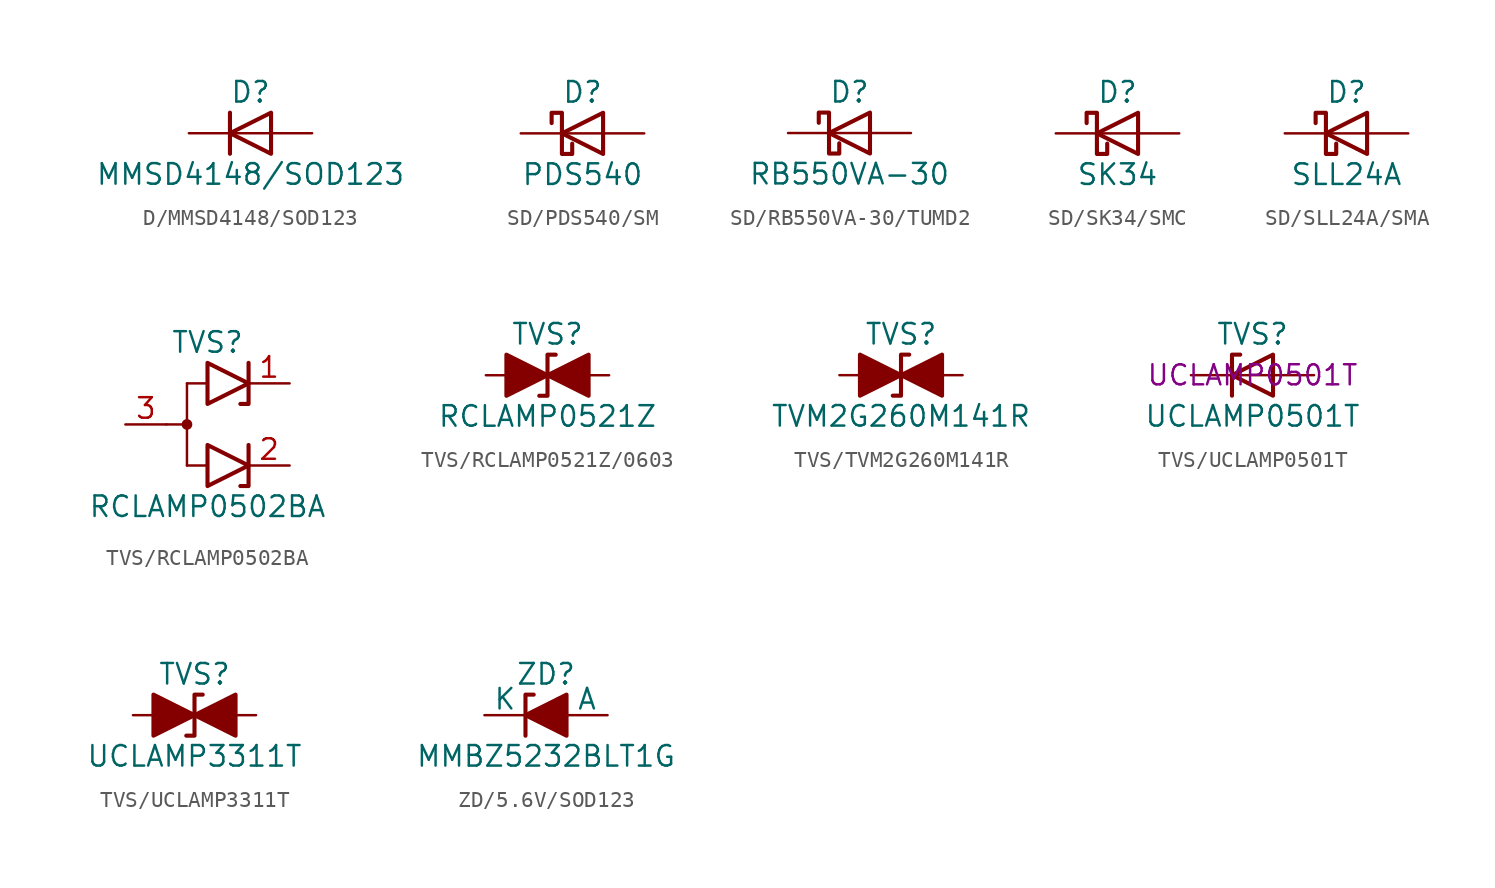
<source format=kicad_sym>
(kicad_symbol_lib
  (version 20220914)
  (generator kicad_symbol_editor)
  (symbol "D/MMSD4148/SOD123"
    (pin_numbers hide)
    (pin_names hide)
    (property "Reference" "D"
      (at 0 2.54 0)
      (effects (font (size 1.27 1.27))))
    (property "Value" "MMSD4148/SOD123"
      (at 0 -2.54 0)
      (effects (font (size 1.27 1.27))))
    (symbol "D/MMSD4148/SOD123_0_1"
      (polyline (pts (xy -1.27 1.27) (xy -1.27 -1.27)) (stroke (width 0.254) (type default)) (fill (type none)))
      (polyline (pts (xy 1.27 0) (xy -1.27 0)) (stroke (width 0) (type default)) (fill (type none)))
      (polyline (pts (xy 1.27 1.27) (xy 1.27 -1.27) (xy -1.27 0) (xy 1.27 1.27)) (stroke (width 0.254) (type default)) (fill (type none))))
    (symbol "D/MMSD4148/SOD123_1_1"
      (pin passive line (at -3.81 0 0) (length 2.54) (name "K" (effects (font (size 1.27 1.27)))) (number "1" (effects (font (size 1.27 1.27)))))
      (pin passive line (at 3.81 0 180) (length 2.54) (name "A" (effects (font (size 1.27 1.27)))) (number "2" (effects (font (size 1.27 1.27)))))))
  (symbol "SD/PDS540/SM"
    (pin_numbers hide)
    (pin_names
      (offset 1.016) hide)
    (property "Reference" "D"
      (at 0 2.54 0)
      (effects (font (size 1.27 1.27))))
    (property "Value" "PDS540"
      (at 0 -2.54 0)
      (effects (font (size 1.27 1.27))))
    (symbol "SD/PDS540/SM_0_1"
      (polyline (pts (xy 1.27 0) (xy -1.27 0)) (stroke (width 0) (type default)) (fill (type none)))
      (polyline (pts (xy 1.27 1.27) (xy 1.27 -1.27) (xy -1.27 0) (xy 1.27 1.27)) (stroke (width 0.254) (type default)) (fill (type none)))
      (polyline (pts (xy -1.905 0.635) (xy -1.905 1.27) (xy -1.27 1.27) (xy -1.27 -1.27) (xy -0.635 -1.27) (xy -0.635 -0.635)) (stroke (width 0.254) (type default)) (fill (type none))))
    (symbol "SD/PDS540/SM_1_1"
      (pin passive line (at -3.81 0 0) (length 2.54) (name "K" (effects (font (size 1.27 1.27)))) (number "1" (effects (font (size 1.27 1.27)))))
      (pin passive line (at 3.81 0 180) (length 2.54) (name "A" (effects (font (size 1.27 1.27)))) (number "2" (effects (font (size 1.27 1.27)))))))
  (symbol "SD/RB550VA-30/TUMD2"
    (pin_numbers hide)
    (pin_names
      (offset 1.016) hide)
    (property "Reference" "D"
      (at 0 2.54 0)
      (effects (font (size 1.27 1.27))))
    (property "Value" "RB550VA-30"
      (at 0 -2.54 0)
      (effects (font (size 1.27 1.27))))
    (symbol "SD/RB550VA-30/TUMD2_0_1"
      (polyline (pts (xy 1.27 0) (xy -1.27 0)) (stroke (width 0) (type default)) (fill (type none)))
      (polyline (pts (xy 1.27 1.27) (xy 1.27 -1.27) (xy -1.27 0) (xy 1.27 1.27)) (stroke (width 0.254) (type default)) (fill (type none)))
      (polyline (pts (xy -1.905 0.635) (xy -1.905 1.27) (xy -1.27 1.27) (xy -1.27 -1.27) (xy -0.635 -1.27) (xy -0.635 -0.635)) (stroke (width 0.254) (type default)) (fill (type none))))
    (symbol "SD/RB550VA-30/TUMD2_1_1"
      (pin passive line (at -3.81 0 0) (length 2.54) (name "K" (effects (font (size 1.27 1.27)))) (number "1" (effects (font (size 1.27 1.27)))))
      (pin passive line (at 3.81 0 180) (length 2.54) (name "A" (effects (font (size 1.27 1.27)))) (number "2" (effects (font (size 1.27 1.27)))))))
  (symbol "SD/SK34/SMC"
    (pin_numbers hide)
    (pin_names
      (offset 1.016) hide)
    (property "Reference" "D"
      (at 0 2.54 0)
      (effects (font (size 1.27 1.27))))
    (property "Value" "SK34"
      (at 0 -2.54 0)
      (effects (font (size 1.27 1.27))))
    (symbol "SD/SK34/SMC_0_1"
      (polyline (pts (xy 1.27 0) (xy -1.27 0)) (stroke (width 0) (type default)) (fill (type none)))
      (polyline (pts (xy 1.27 1.27) (xy 1.27 -1.27) (xy -1.27 0) (xy 1.27 1.27)) (stroke (width 0.254) (type default)) (fill (type none)))
      (polyline (pts (xy -1.905 0.635) (xy -1.905 1.27) (xy -1.27 1.27) (xy -1.27 -1.27) (xy -0.635 -1.27) (xy -0.635 -0.635)) (stroke (width 0.254) (type default)) (fill (type none))))
    (symbol "SD/SK34/SMC_1_1"
      (pin passive line (at -3.81 0 0) (length 2.54) (name "K" (effects (font (size 1.27 1.27)))) (number "1" (effects (font (size 1.27 1.27)))))
      (pin passive line (at 3.81 0 180) (length 2.54) (name "A" (effects (font (size 1.27 1.27)))) (number "2" (effects (font (size 1.27 1.27)))))))
  (symbol "SD/SLL24A/SMA"
    (pin_numbers hide)
    (pin_names
      (offset 1.016) hide)
    (property "Reference" "D"
      (at 0 2.54 0)
      (effects (font (size 1.27 1.27))))
    (property "Value" "SLL24A"
      (at 0 -2.54 0)
      (effects (font (size 1.27 1.27))))
    (symbol "SD/SLL24A/SMA_0_1"
      (polyline (pts (xy 1.27 0) (xy -1.27 0)) (stroke (width 0) (type default)) (fill (type none)))
      (polyline (pts (xy 1.27 1.27) (xy 1.27 -1.27) (xy -1.27 0) (xy 1.27 1.27)) (stroke (width 0.254) (type default)) (fill (type none)))
      (polyline (pts (xy -1.905 0.635) (xy -1.905 1.27) (xy -1.27 1.27) (xy -1.27 -1.27) (xy -0.635 -1.27) (xy -0.635 -0.635)) (stroke (width 0.254) (type default)) (fill (type none))))
    (symbol "SD/SLL24A/SMA_1_1"
      (pin passive line (at -3.81 0 0) (length 2.54) (name "K" (effects (font (size 1.27 1.27)))) (number "1" (effects (font (size 1.27 1.27)))))
      (pin passive line (at 3.81 0 180) (length 2.54) (name "A" (effects (font (size 1.27 1.27)))) (number "2" (effects (font (size 1.27 1.27)))))))
  (symbol "TVS/RCLAMP0502BA"
    (pin_names hide)
    (property "Reference" "TVS"
      (at 0 5.08 0)
      (effects (font (size 1.27 1.27))))
    (property "Value" "RCLAMP0502BA"
      (at 0 -5.08 0)
      (effects (font (size 1.27 1.27))))
    (symbol "TVS/RCLAMP0502BA_0_1"
      (polyline (pts (xy -2.54 0) (xy -1.27 0)) (stroke (width 0) (type default)) (fill (type none)))
      (polyline (pts (xy -1.27 2.54) (xy -1.27 -2.54)) (stroke (width 0) (type default)) (fill (type none)))
      (polyline (pts (xy 0 2.54) (xy -1.27 2.54)) (stroke (width 0.152) (type default)) (fill (type none)))
      (polyline (pts (xy 2.54 3.81) (xy 2.54 1.27) (xy 2.032 1.27)) (stroke (width 0.254) (type default)) (fill (type none)))
      (polyline (pts (xy 0 1.27) (xy 0 3.81) (xy 2.54 2.54) (xy 0 1.27)) (stroke (width 0.254) (type default)) (fill (type none)))
      (pin passive line (at -5.08 0 0) (length 2.54) (name "A" (effects (font (size 1.27 1.27)))) (number "3" (effects (font (size 1.27 1.27))))))
    (symbol "TVS/RCLAMP0502BA_1_1"
      (circle (center -1.27 0) (radius 0.254) (stroke (width 0) (type default)) (fill (type outline)))
      (polyline (pts (xy 0 -2.54) (xy -1.27 -2.54)) (stroke (width 0.152) (type default)) (fill (type none)))
      (polyline (pts (xy 2.54 -1.27) (xy 2.54 -3.81) (xy 2.032 -3.81)) (stroke (width 0.254) (type default)) (fill (type none)))
      (polyline (pts (xy 0 -3.81) (xy 0 -1.27) (xy 2.54 -2.54) (xy 0 -3.81)) (stroke (width 0.254) (type default)) (fill (type none)))
      (pin passive line (at 5.08 2.54 180) (length 2.54) (name "K1" (effects (font (size 1.27 1.27)))) (number "1" (effects (font (size 1.27 1.27)))))
      (pin passive line (at 5.08 -2.54 180) (length 2.54) (name "K2" (effects (font (size 1.27 1.27)))) (number "2" (effects (font (size 1.27 1.27)))))))
  (symbol "TVS/RCLAMP0521Z/0603"
    (pin_numbers hide)
    (pin_names
      (offset 1.016) hide)
    (property "Reference" "TVS"
      (at 0 2.54 0)
      (effects (font (size 1.27 1.27))))
    (property "Value" "RCLAMP0521Z"
      (at 0 -2.54 0)
      (effects (font (size 1.27 1.27))))
    (symbol "TVS/RCLAMP0521Z/0603_0_1"
      (polyline (pts (xy 1.27 0) (xy -1.27 0)) (stroke (width 0) (type default)) (fill (type none)))
      (polyline (pts (xy -2.54 -1.27) (xy 0 0) (xy -2.54 1.27) (xy -2.54 -1.27)) (stroke (width 0.254) (type default)) (fill (type outline)))
      (polyline (pts (xy 0.508 1.27) (xy 0 1.27) (xy 0 -1.27) (xy -0.508 -1.27)) (stroke (width 0.254) (type default)) (fill (type none)))
      (polyline (pts (xy 2.54 1.27) (xy 2.54 -1.27) (xy 0 0) (xy 2.54 1.27)) (stroke (width 0.254) (type default)) (fill (type outline))))
    (symbol "TVS/RCLAMP0521Z/0603_1_1"
      (pin passive line (at -3.81 0 0) (length 2.54) (name "A1" (effects (font (size 1.27 1.27)))) (number "1" (effects (font (size 1.27 1.27)))))
      (pin passive line (at 3.81 0 180) (length 2.54) (name "A2" (effects (font (size 1.27 1.27)))) (number "2" (effects (font (size 1.27 1.27)))))))
  (symbol "TVS/TVM2G260M141R"
    (pin_numbers hide)
    (pin_names
      (offset 1.016) hide)
    (property "Reference" "TVS"
      (at 0 2.54 0)
      (effects (font (size 1.27 1.27))))
    (property "Value" "TVM2G260M141R"
      (at 0 -2.54 0)
      (effects (font (size 1.27 1.27))))
    (symbol "TVS/TVM2G260M141R_0_1"
      (polyline (pts (xy 1.27 0) (xy -1.27 0)) (stroke (width 0) (type default)) (fill (type none)))
      (polyline (pts (xy -2.54 -1.27) (xy 0 0) (xy -2.54 1.27) (xy -2.54 -1.27)) (stroke (width 0.254) (type default)) (fill (type outline)))
      (polyline (pts (xy 0.508 1.27) (xy 0 1.27) (xy 0 -1.27) (xy -0.508 -1.27)) (stroke (width 0.254) (type default)) (fill (type none)))
      (polyline (pts (xy 2.54 1.27) (xy 2.54 -1.27) (xy 0 0) (xy 2.54 1.27)) (stroke (width 0.254) (type default)) (fill (type outline))))
    (symbol "TVS/TVM2G260M141R_1_1"
      (pin passive line (at -3.81 0 0) (length 2.54) (name "A1" (effects (font (size 1.27 1.27)))) (number "1" (effects (font (size 1.27 1.27)))))
      (pin passive line (at 3.81 0 180) (length 2.54) (name "A2" (effects (font (size 1.27 1.27)))) (number "2" (effects (font (size 1.27 1.27)))))))
  (symbol "TVS/UCLAMP0501T"
    (pin_numbers hide)
    (pin_names hide)
    (property "Reference" "TVS"
      (at 0 2.54 0)
      (effects (font (size 1.27 1.27))))
    (property "Value" "UCLAMP0501T"
      (at 0 -2.54 0)
      (effects (font (size 1.27 1.27))))
    (property "PART NUMBER" "UCLAMP0501T"
      (at 0 0 0)
      (effects (font (size 1.245 1.245))))
    (symbol "TVS/UCLAMP0501T_0_1"
      (polyline (pts (xy 1.27 0) (xy -1.27 0)) (stroke (width 0) (type default)) (fill (type none)))
      (polyline (pts (xy -1.27 -1.27) (xy -1.27 1.27) (xy -0.762 1.27)) (stroke (width 0.254) (type default)) (fill (type none)))
      (polyline (pts (xy 1.27 -1.27) (xy 1.27 1.27) (xy -1.27 0) (xy 1.27 -1.27)) (stroke (width 0.254) (type default)) (fill (type none))))
    (symbol "TVS/UCLAMP0501T_1_1"
      (pin passive line (at -3.81 0 0) (length 2.54) (name "K" (effects (font (size 1.27 1.27)))) (number "1" (effects (font (size 1.27 1.27)))))
      (pin passive line (at 3.81 0 180) (length 2.54) (name "A" (effects (font (size 1.27 1.27)))) (number "2" (effects (font (size 1.27 1.27)))))))
  (symbol "TVS/UCLAMP3311T"
    (pin_numbers hide)
    (pin_names
      (offset 1.016) hide)
    (property "Reference" "TVS"
      (at 0 2.54 0)
      (effects (font (size 1.27 1.27))))
    (property "Value" "UCLAMP3311T"
      (at 0 -2.54 0)
      (effects (font (size 1.27 1.27))))
    (symbol "TVS/UCLAMP3311T_0_1"
      (polyline (pts (xy 1.27 0) (xy -1.27 0)) (stroke (width 0) (type default)) (fill (type none)))
      (polyline (pts (xy -2.54 -1.27) (xy 0 0) (xy -2.54 1.27) (xy -2.54 -1.27)) (stroke (width 0.254) (type default)) (fill (type outline)))
      (polyline (pts (xy 0.508 1.27) (xy 0 1.27) (xy 0 -1.27) (xy -0.508 -1.27)) (stroke (width 0.254) (type default)) (fill (type none)))
      (polyline (pts (xy 2.54 1.27) (xy 2.54 -1.27) (xy 0 0) (xy 2.54 1.27)) (stroke (width 0.254) (type default)) (fill (type outline))))
    (symbol "TVS/UCLAMP3311T_1_1"
      (pin passive line (at -3.81 0 0) (length 2.54) (name "A1" (effects (font (size 1.27 1.27)))) (number "1" (effects (font (size 1.27 1.27)))))
      (pin passive line (at 3.81 0 180) (length 2.54) (name "A2" (effects (font (size 1.27 1.27)))) (number "2" (effects (font (size 1.27 1.27)))))))
  (symbol "ZD/5.6V/SOD123"
    (pin_numbers hide)
    (pin_names
      (offset 0))
    (property "Reference" "ZD"
      (at 0 2.54 0)
      (effects (font (size 1.27 1.27))))
    (property "Value" "MMBZ5232BLT1G"
      (at 0 -2.54 0)
      (effects (font (size 1.27 1.27))))
    (symbol "ZD/5.6V/SOD123_0_1"
      (polyline (pts (xy 1.27 0) (xy -1.27 0)) (stroke (width 0) (type default)) (fill (type none)))
      (polyline (pts (xy -1.27 -1.27) (xy -1.27 1.27) (xy -0.762 1.27)) (stroke (width 0.254) (type default)) (fill (type none)))
      (polyline (pts (xy 1.27 -1.27) (xy 1.27 1.27) (xy -1.27 0) (xy 1.27 -1.27)) (stroke (width 0.254) (type default)) (fill (type outline))))
    (symbol "ZD/5.6V/SOD123_1_1"
      (pin passive line (at -3.81 0 0) (length 2.54) (name "K" (effects (font (size 1.27 1.27)))) (number "1" (effects (font (size 1.27 1.27)))))
      (pin passive line (at 3.81 0 180) (length 2.54) (name "A" (effects (font (size 1.27 1.27)))) (number "2" (effects (font (size 1.27 1.27))))))))
</source>
